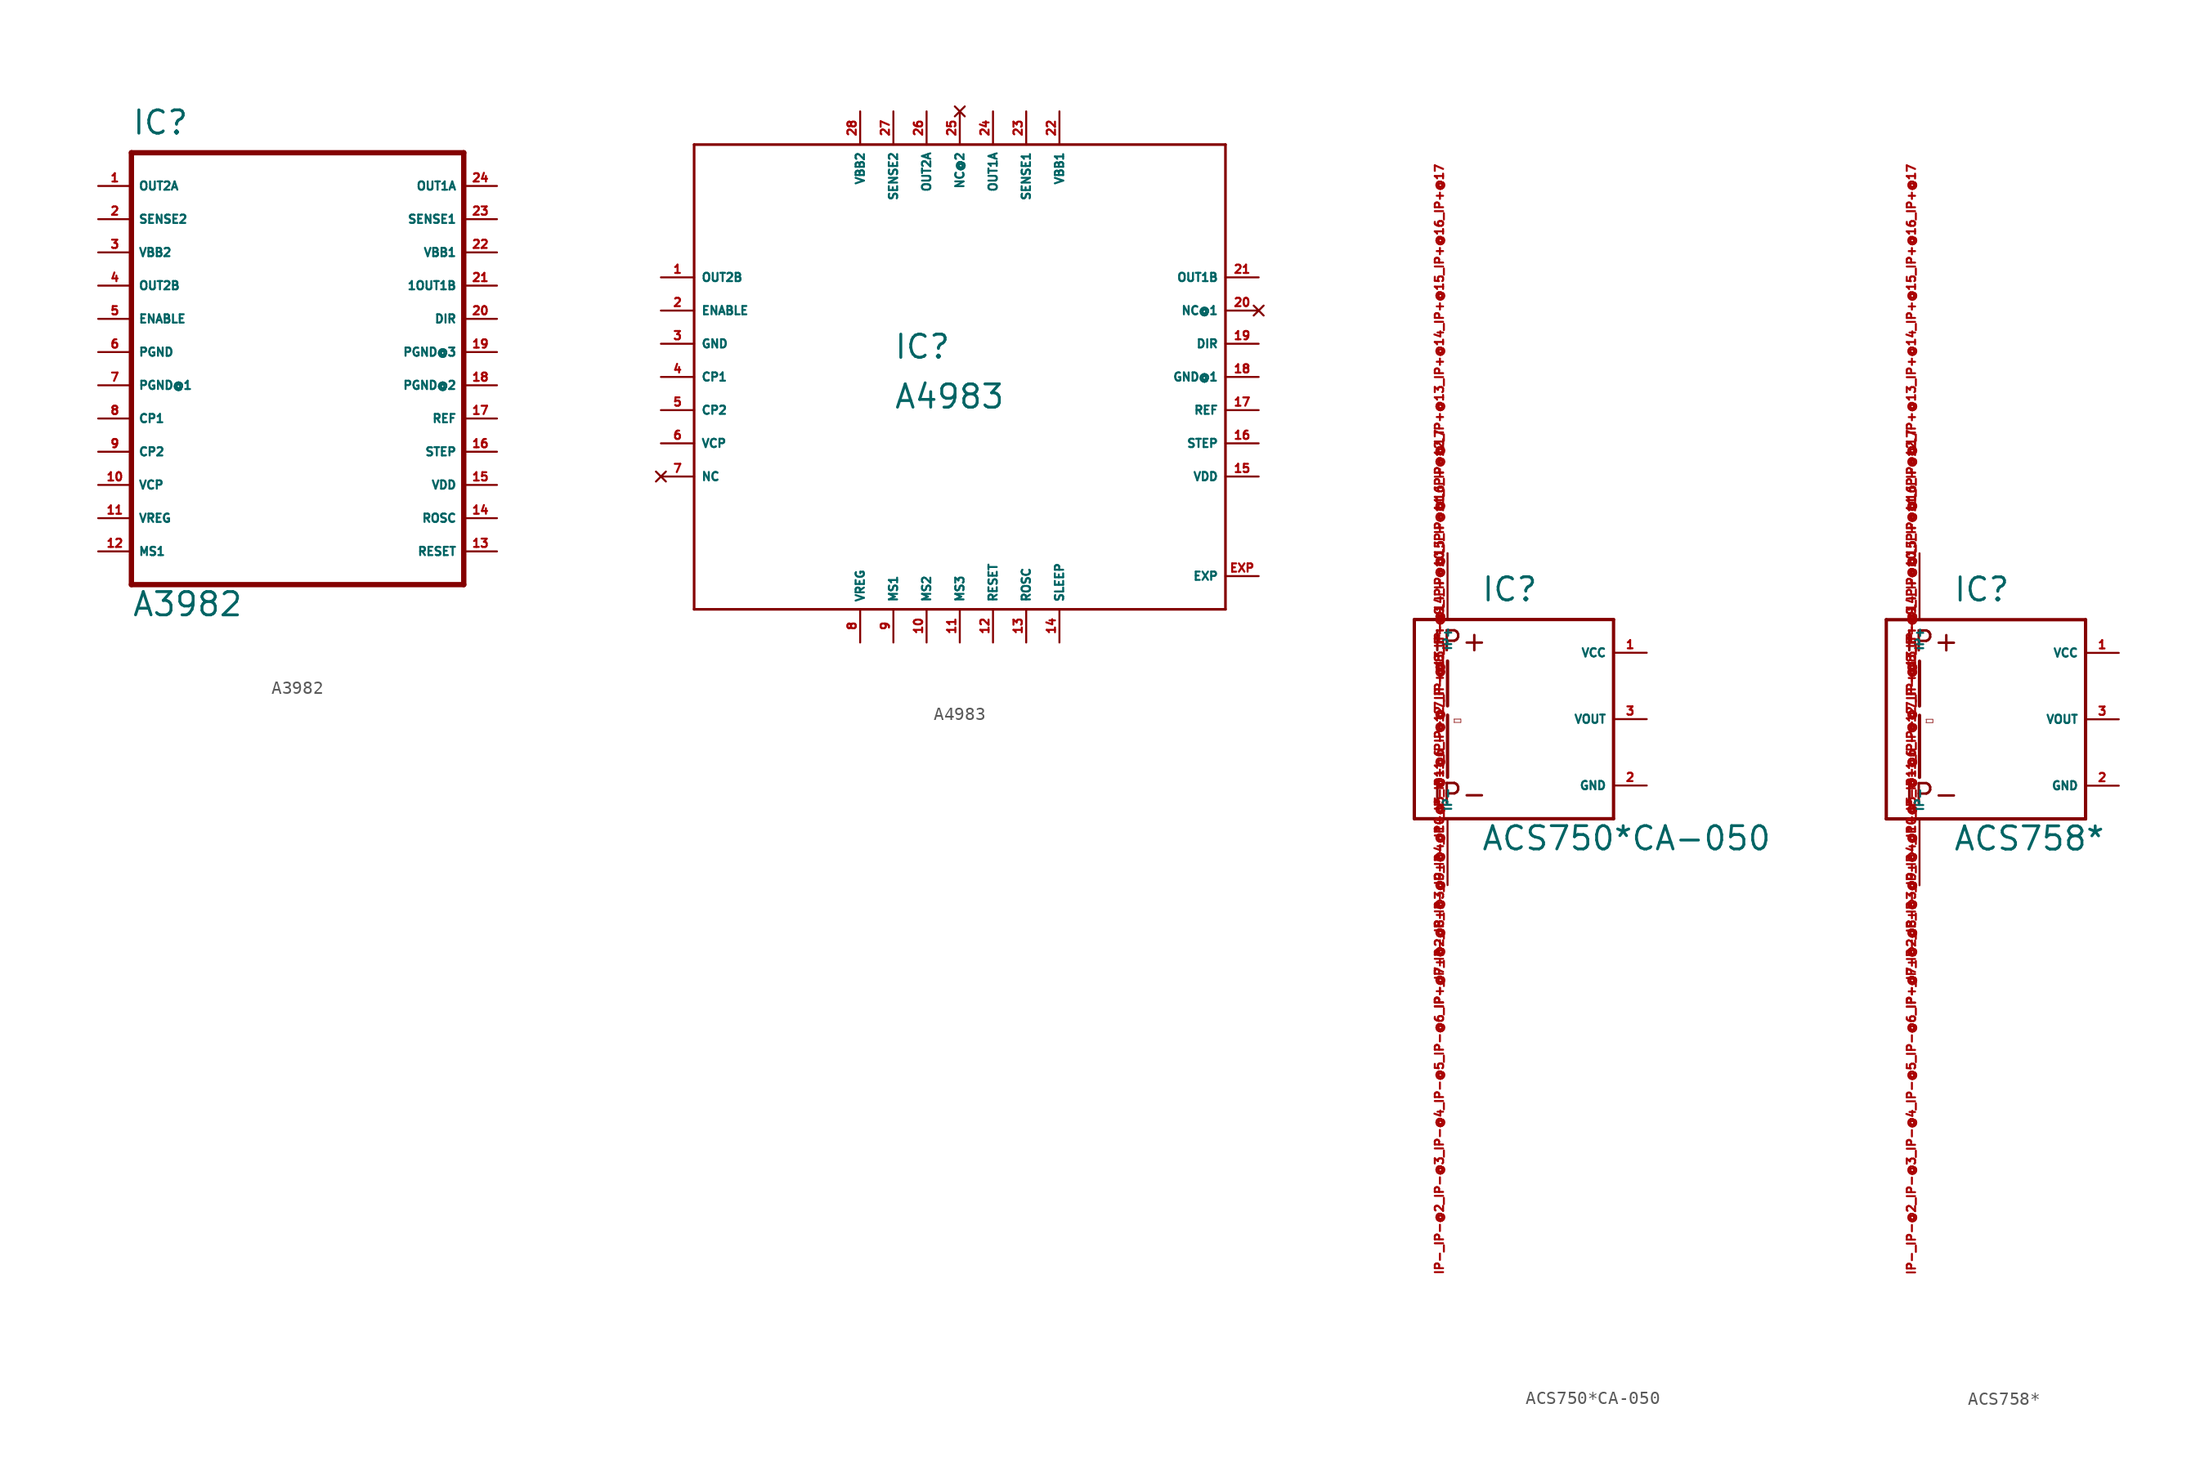
<source format=kicad_sym>
(kicad_symbol_lib
  (version 20220914)
  (generator Eagle2Kicad)
  (symbol "A3982"
    (property "Reference" "IC"
      (at -12.7 16.51 0)
      (effects (font (size 1.778 1.778) (thickness 0.22)) (justify left bottom)))
    (property "Value" "A3982"
      (at -12.7 -20.32 0)
      (effects (font (size 1.778 1.778) (thickness 0.22)) (justify left bottom)))
    (polyline
      (pts (xy -12.7 -17.78) (xy 12.7 -17.78))
      (stroke (width 0.406) (type default))
      (fill (type none)))
    (polyline
      (pts (xy 12.7 -17.78) (xy 12.7 15.24))
      (stroke (width 0.406) (type default))
      (fill (type none)))
    (polyline
      (pts (xy 12.7 15.24) (xy -12.7 15.24))
      (stroke (width 0.406) (type default))
      (fill (type none)))
    (polyline
      (pts (xy -12.7 15.24) (xy -12.7 -17.78))
      (stroke (width 0.406) (type default))
      (fill (type none)))
    (pin output line
      (at -15.24 12.7 0)
      (length 2.54)
      (name "OUT2A" (effects (font (size 0.635 0.635) (thickness 0.08)) (justify left bottom)))
      (number "1" (effects (font (size 0.635 0.635) (thickness 0.08)) (justify left bottom))))
    (pin input line
      (at -15.24 10.16 0)
      (length 2.54)
      (name "SENSE2" (effects (font (size 0.635 0.635) (thickness 0.08)) (justify left bottom)))
      (number "2" (effects (font (size 0.635 0.635) (thickness 0.08)) (justify left bottom))))
    (pin unspecified line
      (at -15.24 7.62 0)
      (length 2.54)
      (name "VBB2" (effects (font (size 0.635 0.635) (thickness 0.08)) (justify left bottom)))
      (number "3" (effects (font (size 0.635 0.635) (thickness 0.08)) (justify left bottom))))
    (pin output line
      (at -15.24 5.08 0)
      (length 2.54)
      (name "OUT2B" (effects (font (size 0.635 0.635) (thickness 0.08)) (justify left bottom)))
      (number "4" (effects (font (size 0.635 0.635) (thickness 0.08)) (justify left bottom))))
    (pin input line
      (at -15.24 2.54 0)
      (length 2.54)
      (name "ENABLE" (effects (font (size 0.635 0.635) (thickness 0.08)) (justify left bottom)))
      (number "5" (effects (font (size 0.635 0.635) (thickness 0.08)) (justify left bottom))))
    (pin unspecified line
      (at -15.24 0 0)
      (length 2.54)
      (name "PGND" (effects (font (size 0.635 0.635) (thickness 0.08)) (justify left bottom)))
      (number "6" (effects (font (size 0.635 0.635) (thickness 0.08)) (justify left bottom))))
    (pin unspecified line
      (at -15.24 -2.54 0)
      (length 2.54)
      (name "PGND@1" (effects (font (size 0.635 0.635) (thickness 0.08)) (justify left bottom)))
      (number "7" (effects (font (size 0.635 0.635) (thickness 0.08)) (justify left bottom))))
    (pin passive line
      (at -15.24 -5.08 0)
      (length 2.54)
      (name "CP1" (effects (font (size 0.635 0.635) (thickness 0.08)) (justify left bottom)))
      (number "8" (effects (font (size 0.635 0.635) (thickness 0.08)) (justify left bottom))))
    (pin passive line
      (at -15.24 -7.62 0)
      (length 2.54)
      (name "CP2" (effects (font (size 0.635 0.635) (thickness 0.08)) (justify left bottom)))
      (number "9" (effects (font (size 0.635 0.635) (thickness 0.08)) (justify left bottom))))
    (pin passive line
      (at -15.24 -10.16 0)
      (length 2.54)
      (name "VCP" (effects (font (size 0.635 0.635) (thickness 0.08)) (justify left bottom)))
      (number "10" (effects (font (size 0.635 0.635) (thickness 0.08)) (justify left bottom))))
    (pin passive line
      (at -15.24 -12.7 0)
      (length 2.54)
      (name "VREG" (effects (font (size 0.635 0.635) (thickness 0.08)) (justify left bottom)))
      (number "11" (effects (font (size 0.635 0.635) (thickness 0.08)) (justify left bottom))))
    (pin input line
      (at -15.24 -15.24 0)
      (length 2.54)
      (name "MS1" (effects (font (size 0.635 0.635) (thickness 0.08)) (justify left bottom)))
      (number "12" (effects (font (size 0.635 0.635) (thickness 0.08)) (justify left bottom))))
    (pin input line
      (at 15.24 -15.24 180)
      (length 2.54)
      (name "RESET" (effects (font (size 0.635 0.635) (thickness 0.08)) (justify left bottom)))
      (number "13" (effects (font (size 0.635 0.635) (thickness 0.08)) (justify left bottom))))
    (pin input line
      (at 15.24 -12.7 180)
      (length 2.54)
      (name "ROSC" (effects (font (size 0.635 0.635) (thickness 0.08)) (justify left bottom)))
      (number "14" (effects (font (size 0.635 0.635) (thickness 0.08)) (justify left bottom))))
    (pin unspecified line
      (at 15.24 -10.16 180)
      (length 2.54)
      (name "VDD" (effects (font (size 0.635 0.635) (thickness 0.08)) (justify left bottom)))
      (number "15" (effects (font (size 0.635 0.635) (thickness 0.08)) (justify left bottom))))
    (pin input line
      (at 15.24 -7.62 180)
      (length 2.54)
      (name "STEP" (effects (font (size 0.635 0.635) (thickness 0.08)) (justify left bottom)))
      (number "16" (effects (font (size 0.635 0.635) (thickness 0.08)) (justify left bottom))))
    (pin input line
      (at 15.24 -5.08 180)
      (length 2.54)
      (name "REF" (effects (font (size 0.635 0.635) (thickness 0.08)) (justify left bottom)))
      (number "17" (effects (font (size 0.635 0.635) (thickness 0.08)) (justify left bottom))))
    (pin unspecified line
      (at 15.24 -2.54 180)
      (length 2.54)
      (name "PGND@2" (effects (font (size 0.635 0.635) (thickness 0.08)) (justify left bottom)))
      (number "18" (effects (font (size 0.635 0.635) (thickness 0.08)) (justify left bottom))))
    (pin unspecified line
      (at 15.24 0 180)
      (length 2.54)
      (name "PGND@3" (effects (font (size 0.635 0.635) (thickness 0.08)) (justify left bottom)))
      (number "19" (effects (font (size 0.635 0.635) (thickness 0.08)) (justify left bottom))))
    (pin input line
      (at 15.24 2.54 180)
      (length 2.54)
      (name "DIR" (effects (font (size 0.635 0.635) (thickness 0.08)) (justify left bottom)))
      (number "20" (effects (font (size 0.635 0.635) (thickness 0.08)) (justify left bottom))))
    (pin output line
      (at 15.24 5.08 180)
      (length 2.54)
      (name "1OUT1B" (effects (font (size 0.635 0.635) (thickness 0.08)) (justify left bottom)))
      (number "21" (effects (font (size 0.635 0.635) (thickness 0.08)) (justify left bottom))))
    (pin unspecified line
      (at 15.24 7.62 180)
      (length 2.54)
      (name "VBB1" (effects (font (size 0.635 0.635) (thickness 0.08)) (justify left bottom)))
      (number "22" (effects (font (size 0.635 0.635) (thickness 0.08)) (justify left bottom))))
    (pin input line
      (at 15.24 10.16 180)
      (length 2.54)
      (name "SENSE1" (effects (font (size 0.635 0.635) (thickness 0.08)) (justify left bottom)))
      (number "23" (effects (font (size 0.635 0.635) (thickness 0.08)) (justify left bottom))))
    (pin output line
      (at 15.24 12.7 180)
      (length 2.54)
      (name "OUT1A" (effects (font (size 0.635 0.635) (thickness 0.08)) (justify left bottom)))
      (number "24" (effects (font (size 0.635 0.635) (thickness 0.08)) (justify left bottom)))))
  (symbol "A4983"
    (property "Reference" "IC"
      (at -5.08 1.27 0)
      (effects (font (size 1.778 1.778) (thickness 0.22)) (justify left bottom)))
    (property "Value" "A4983"
      (at -5.08 -2.54 0)
      (effects (font (size 1.778 1.778) (thickness 0.22)) (justify left bottom)))
    (polyline
      (pts (xy -20.32 -17.78) (xy 20.32 -17.78))
      (stroke (width 0.203) (type default))
      (fill (type none)))
    (polyline
      (pts (xy 20.32 -17.78) (xy 20.32 17.78))
      (stroke (width 0.203) (type default))
      (fill (type none)))
    (polyline
      (pts (xy 20.32 17.78) (xy -20.32 17.78))
      (stroke (width 0.203) (type default))
      (fill (type none)))
    (polyline
      (pts (xy -20.32 17.78) (xy -20.32 -17.78))
      (stroke (width 0.203) (type default))
      (fill (type none)))
    (pin output line
      (at -22.86 7.62 0)
      (length 2.54)
      (name "OUT2B" (effects (font (size 0.635 0.635) (thickness 0.08)) (justify left bottom)))
      (number "1" (effects (font (size 0.635 0.635) (thickness 0.08)) (justify left bottom))))
    (pin input line
      (at -22.86 5.08 0)
      (length 2.54)
      (name "ENABLE" (effects (font (size 0.635 0.635) (thickness 0.08)) (justify left bottom)))
      (number "2" (effects (font (size 0.635 0.635) (thickness 0.08)) (justify left bottom))))
    (pin unspecified line
      (at -22.86 2.54 0)
      (length 2.54)
      (name "GND" (effects (font (size 0.635 0.635) (thickness 0.08)) (justify left bottom)))
      (number "3" (effects (font (size 0.635 0.635) (thickness 0.08)) (justify left bottom))))
    (pin passive line
      (at -22.86 0 0)
      (length 2.54)
      (name "CP1" (effects (font (size 0.635 0.635) (thickness 0.08)) (justify left bottom)))
      (number "4" (effects (font (size 0.635 0.635) (thickness 0.08)) (justify left bottom))))
    (pin passive line
      (at -22.86 -2.54 0)
      (length 2.54)
      (name "CP2" (effects (font (size 0.635 0.635) (thickness 0.08)) (justify left bottom)))
      (number "5" (effects (font (size 0.635 0.635) (thickness 0.08)) (justify left bottom))))
    (pin passive line
      (at -22.86 -5.08 0)
      (length 2.54)
      (name "VCP" (effects (font (size 0.635 0.635) (thickness 0.08)) (justify left bottom)))
      (number "6" (effects (font (size 0.635 0.635) (thickness 0.08)) (justify left bottom))))
    (pin no_connect line
      (at -22.86 -7.62 0)
      (length 2.54)
      (name "NC" (effects (font (size 0.635 0.635) (thickness 0.08)) (justify left bottom) hide))
      (number "7" (effects (font (size 0.635 0.635) (thickness 0.08)) (justify left bottom) hide)))
    (pin passive line
      (at -7.62 -20.32 90)
      (length 2.54)
      (name "VREG" (effects (font (size 0.635 0.635) (thickness 0.08)) (justify left bottom)))
      (number "8" (effects (font (size 0.635 0.635) (thickness 0.08)) (justify left bottom))))
    (pin input line
      (at -5.08 -20.32 90)
      (length 2.54)
      (name "MS1" (effects (font (size 0.635 0.635) (thickness 0.08)) (justify left bottom)))
      (number "9" (effects (font (size 0.635 0.635) (thickness 0.08)) (justify left bottom))))
    (pin input line
      (at -2.54 -20.32 90)
      (length 2.54)
      (name "MS2" (effects (font (size 0.635 0.635) (thickness 0.08)) (justify left bottom)))
      (number "10" (effects (font (size 0.635 0.635) (thickness 0.08)) (justify left bottom))))
    (pin input line
      (at 0 -20.32 90)
      (length 2.54)
      (name "MS3" (effects (font (size 0.635 0.635) (thickness 0.08)) (justify left bottom)))
      (number "11" (effects (font (size 0.635 0.635) (thickness 0.08)) (justify left bottom))))
    (pin input line
      (at 2.54 -20.32 90)
      (length 2.54)
      (name "RESET" (effects (font (size 0.635 0.635) (thickness 0.08)) (justify left bottom)))
      (number "12" (effects (font (size 0.635 0.635) (thickness 0.08)) (justify left bottom))))
    (pin input line
      (at 5.08 -20.32 90)
      (length 2.54)
      (name "ROSC" (effects (font (size 0.635 0.635) (thickness 0.08)) (justify left bottom)))
      (number "13" (effects (font (size 0.635 0.635) (thickness 0.08)) (justify left bottom))))
    (pin input line
      (at 7.62 -20.32 90)
      (length 2.54)
      (name "SLEEP" (effects (font (size 0.635 0.635) (thickness 0.08)) (justify left bottom)))
      (number "14" (effects (font (size 0.635 0.635) (thickness 0.08)) (justify left bottom))))
    (pin unspecified line
      (at 22.86 -7.62 180)
      (length 2.54)
      (name "VDD" (effects (font (size 0.635 0.635) (thickness 0.08)) (justify left bottom)))
      (number "15" (effects (font (size 0.635 0.635) (thickness 0.08)) (justify left bottom))))
    (pin input line
      (at 22.86 -5.08 180)
      (length 2.54)
      (name "STEP" (effects (font (size 0.635 0.635) (thickness 0.08)) (justify left bottom)))
      (number "16" (effects (font (size 0.635 0.635) (thickness 0.08)) (justify left bottom))))
    (pin input line
      (at 22.86 -2.54 180)
      (length 2.54)
      (name "REF" (effects (font (size 0.635 0.635) (thickness 0.08)) (justify left bottom)))
      (number "17" (effects (font (size 0.635 0.635) (thickness 0.08)) (justify left bottom))))
    (pin unspecified line
      (at 22.86 0 180)
      (length 2.54)
      (name "GND@1" (effects (font (size 0.635 0.635) (thickness 0.08)) (justify left bottom)))
      (number "18" (effects (font (size 0.635 0.635) (thickness 0.08)) (justify left bottom))))
    (pin input line
      (at 22.86 2.54 180)
      (length 2.54)
      (name "DIR" (effects (font (size 0.635 0.635) (thickness 0.08)) (justify left bottom)))
      (number "19" (effects (font (size 0.635 0.635) (thickness 0.08)) (justify left bottom))))
    (pin no_connect line
      (at 22.86 5.08 180)
      (length 2.54)
      (name "NC@1" (effects (font (size 0.635 0.635) (thickness 0.08)) (justify left bottom) hide))
      (number "20" (effects (font (size 0.635 0.635) (thickness 0.08)) (justify left bottom) hide)))
    (pin output line
      (at 22.86 7.62 180)
      (length 2.54)
      (name "OUT1B" (effects (font (size 0.635 0.635) (thickness 0.08)) (justify left bottom)))
      (number "21" (effects (font (size 0.635 0.635) (thickness 0.08)) (justify left bottom))))
    (pin unspecified line
      (at 7.62 20.32 270)
      (length 2.54)
      (name "VBB1" (effects (font (size 0.635 0.635) (thickness 0.08)) (justify left bottom)))
      (number "22" (effects (font (size 0.635 0.635) (thickness 0.08)) (justify left bottom))))
    (pin input line
      (at 5.08 20.32 270)
      (length 2.54)
      (name "SENSE1" (effects (font (size 0.635 0.635) (thickness 0.08)) (justify left bottom)))
      (number "23" (effects (font (size 0.635 0.635) (thickness 0.08)) (justify left bottom))))
    (pin output line
      (at 2.54 20.32 270)
      (length 2.54)
      (name "OUT1A" (effects (font (size 0.635 0.635) (thickness 0.08)) (justify left bottom)))
      (number "24" (effects (font (size 0.635 0.635) (thickness 0.08)) (justify left bottom))))
    (pin no_connect line
      (at 0 20.32 270)
      (length 2.54)
      (name "NC@2" (effects (font (size 0.635 0.635) (thickness 0.08)) (justify left bottom) hide))
      (number "25" (effects (font (size 0.635 0.635) (thickness 0.08)) (justify left bottom) hide)))
    (pin output line
      (at -2.54 20.32 270)
      (length 2.54)
      (name "OUT2A" (effects (font (size 0.635 0.635) (thickness 0.08)) (justify left bottom)))
      (number "26" (effects (font (size 0.635 0.635) (thickness 0.08)) (justify left bottom))))
    (pin input line
      (at -5.08 20.32 270)
      (length 2.54)
      (name "SENSE2" (effects (font (size 0.635 0.635) (thickness 0.08)) (justify left bottom)))
      (number "27" (effects (font (size 0.635 0.635) (thickness 0.08)) (justify left bottom))))
    (pin unspecified line
      (at -7.62 20.32 270)
      (length 2.54)
      (name "VBB2" (effects (font (size 0.635 0.635) (thickness 0.08)) (justify left bottom)))
      (number "28" (effects (font (size 0.635 0.635) (thickness 0.08)) (justify left bottom))))
    (pin passive line
      (at 22.86 -15.24 180)
      (length 2.54)
      (name "EXP" (effects (font (size 0.635 0.635) (thickness 0.08)) (justify left bottom)))
      (number "EXP" (effects (font (size 0.635 0.635) (thickness 0.08)) (justify left bottom)))))
  (symbol "ACS750*CA-050"
    (property "Reference" "IC"
      (at -2.54 8.89 0)
      (effects (font (size 1.778 1.778) (thickness 0.22)) (justify left bottom)))
    (property "Value" "ACS750*CA-050"
      (at -2.54 -10.16 0)
      (effects (font (size 1.778 1.778) (thickness 0.22)) (justify left bottom)))
    (polyline
      (pts (xy 7.62 7.62) (xy 7.62 -7.62))
      (stroke (width 0.254) (type default))
      (fill (type none)))
    (polyline
      (pts (xy 7.62 -7.62) (xy -7.62 -7.62))
      (stroke (width 0.254) (type default))
      (fill (type none)))
    (polyline
      (pts (xy -7.62 -7.62) (xy -7.62 7.62))
      (stroke (width 0.254) (type default))
      (fill (type none)))
    (polyline
      (pts (xy -7.62 7.62) (xy 7.62 7.62))
      (stroke (width 0.254) (type default))
      (fill (type none)))
    (polyline
      (pts (xy -5.08 4.445) (xy -5.08 1.016))
      (stroke (width 0.254) (type default))
      (fill (type none)))
    (polyline
      (pts (xy -5.08 0.305) (xy -5.08 -4.445))
      (stroke (width 0.254) (type default))
      (fill (type none)))
    (arc
      (start -4.572 -0.254)
      (mid -4.556 -0.127)
      (end -4.572 0)
      (stroke (width 0.0508) (type default))
      (fill (type none)))
    (arc
      (start -4.064 -0.254)
      (mid -4.056 -0.127)
      (end -4.064 0)
      (stroke (width 0.0508) (type default))
      (fill (type none)))
    (polyline
      (pts (xy -4.572 0) (xy -4.064 0))
      (stroke (width 0.051) (type default))
      (fill (type none)))
    (polyline
      (pts (xy -4.572 -0.254) (xy -4.064 -0.254))
      (stroke (width 0.051) (type default))
      (fill (type none)))
    (text "IP-"
      (at -6.35 -6.604 0)
      (effects (font (size 1.524 1.524) (thickness 0.19)) (justify left bottom)))
    (text "IP+"
      (at -6.35 5.08 0)
      (effects (font (size 1.524 1.524) (thickness 0.19)) (justify left bottom)))
    (pin passive line
      (at -5.08 -12.7 90)
      (length 5.08)
      (name "IP-" (effects (font (size 0.635 0.635) (thickness 0.08)) (justify left bottom)))
      (number "IP- IP-@2 IP-@3 IP-@4 IP-@5 IP-@6 IP-@7 IP-@8 IP-@9 IP-@10 IP-@11 IP-@12 IP-@13 IP-@14 IP-@15 IP-@16 IP-@17" (effects (font (size 0.635 0.635) (thickness 0.08)) (justify left bottom))))
    (pin passive line
      (at -5.08 12.7 270)
      (length 5.08)
      (name "IP+" (effects (font (size 0.635 0.635) (thickness 0.08)) (justify left bottom)))
      (number "IP+ IP+@2 IP+@3 IP+@4 IP+@5 IP+@6 IP+@7 IP+@8 IP+@9 IP+@10 IP+@11 IP+@12 IP+@13 IP+@14 IP+@15 IP+@16 IP+@17" (effects (font (size 0.635 0.635) (thickness 0.08)) (justify left bottom))))
    (pin unspecified line
      (at 10.16 -5.08 180)
      (length 2.54)
      (name "GND" (effects (font (size 0.635 0.635) (thickness 0.08)) (justify left bottom)))
      (number "2" (effects (font (size 0.635 0.635) (thickness 0.08)) (justify left bottom))))
    (pin unspecified line
      (at 10.16 5.08 180)
      (length 2.54)
      (name "VCC" (effects (font (size 0.635 0.635) (thickness 0.08)) (justify left bottom)))
      (number "1" (effects (font (size 0.635 0.635) (thickness 0.08)) (justify left bottom))))
    (pin output line
      (at 10.16 0 180)
      (length 2.54)
      (name "VOUT" (effects (font (size 0.635 0.635) (thickness 0.08)) (justify left bottom)))
      (number "3" (effects (font (size 0.635 0.635) (thickness 0.08)) (justify left bottom)))))
  (symbol "ACS758*"
    (property "Reference" "IC"
      (at -2.54 8.89 0)
      (effects (font (size 1.778 1.778) (thickness 0.22)) (justify left bottom)))
    (property "Value" "ACS758*"
      (at -2.54 -10.16 0)
      (effects (font (size 1.778 1.778) (thickness 0.22)) (justify left bottom)))
    (polyline
      (pts (xy 7.62 7.62) (xy 7.62 -7.62))
      (stroke (width 0.254) (type default))
      (fill (type none)))
    (polyline
      (pts (xy 7.62 -7.62) (xy -7.62 -7.62))
      (stroke (width 0.254) (type default))
      (fill (type none)))
    (polyline
      (pts (xy -7.62 -7.62) (xy -7.62 7.62))
      (stroke (width 0.254) (type default))
      (fill (type none)))
    (polyline
      (pts (xy -7.62 7.62) (xy 7.62 7.62))
      (stroke (width 0.254) (type default))
      (fill (type none)))
    (polyline
      (pts (xy -5.08 4.445) (xy -5.08 1.016))
      (stroke (width 0.254) (type default))
      (fill (type none)))
    (polyline
      (pts (xy -5.08 0.305) (xy -5.08 -4.445))
      (stroke (width 0.254) (type default))
      (fill (type none)))
    (arc
      (start -4.572 -0.254)
      (mid -4.556 -0.127)
      (end -4.572 0)
      (stroke (width 0.0508) (type default))
      (fill (type none)))
    (arc
      (start -4.064 -0.254)
      (mid -4.056 -0.127)
      (end -4.064 0)
      (stroke (width 0.0508) (type default))
      (fill (type none)))
    (polyline
      (pts (xy -4.572 0) (xy -4.064 0))
      (stroke (width 0.051) (type default))
      (fill (type none)))
    (polyline
      (pts (xy -4.572 -0.254) (xy -4.064 -0.254))
      (stroke (width 0.051) (type default))
      (fill (type none)))
    (text "IP-"
      (at -6.35 -6.604 0)
      (effects (font (size 1.524 1.524) (thickness 0.19)) (justify left bottom)))
    (text "IP+"
      (at -6.35 5.08 0)
      (effects (font (size 1.524 1.524) (thickness 0.19)) (justify left bottom)))
    (pin passive line
      (at -5.08 -12.7 90)
      (length 5.08)
      (name "IP-" (effects (font (size 0.635 0.635) (thickness 0.08)) (justify left bottom)))
      (number "IP- IP-@2 IP-@3 IP-@4 IP-@5 IP-@6 IP-@7 IP-@8 IP-@9 IP-@10 IP-@11 IP-@12 IP-@13 IP-@14 IP-@15 IP-@16 IP-@17" (effects (font (size 0.635 0.635) (thickness 0.08)) (justify left bottom))))
    (pin passive line
      (at -5.08 12.7 270)
      (length 5.08)
      (name "IP+" (effects (font (size 0.635 0.635) (thickness 0.08)) (justify left bottom)))
      (number "IP+ IP+@2 IP+@3 IP+@4 IP+@5 IP+@6 IP+@7 IP+@8 IP+@9 IP+@10 IP+@11 IP+@12 IP+@13 IP+@14 IP+@15 IP+@16 IP+@17" (effects (font (size 0.635 0.635) (thickness 0.08)) (justify left bottom))))
    (pin unspecified line
      (at 10.16 -5.08 180)
      (length 2.54)
      (name "GND" (effects (font (size 0.635 0.635) (thickness 0.08)) (justify left bottom)))
      (number "2" (effects (font (size 0.635 0.635) (thickness 0.08)) (justify left bottom))))
    (pin unspecified line
      (at 10.16 5.08 180)
      (length 2.54)
      (name "VCC" (effects (font (size 0.635 0.635) (thickness 0.08)) (justify left bottom)))
      (number "1" (effects (font (size 0.635 0.635) (thickness 0.08)) (justify left bottom))))
    (pin output line
      (at 10.16 0 180)
      (length 2.54)
      (name "VOUT" (effects (font (size 0.635 0.635) (thickness 0.08)) (justify left bottom)))
      (number "3" (effects (font (size 0.635 0.635) (thickness 0.08)) (justify left bottom))))))
</source>
